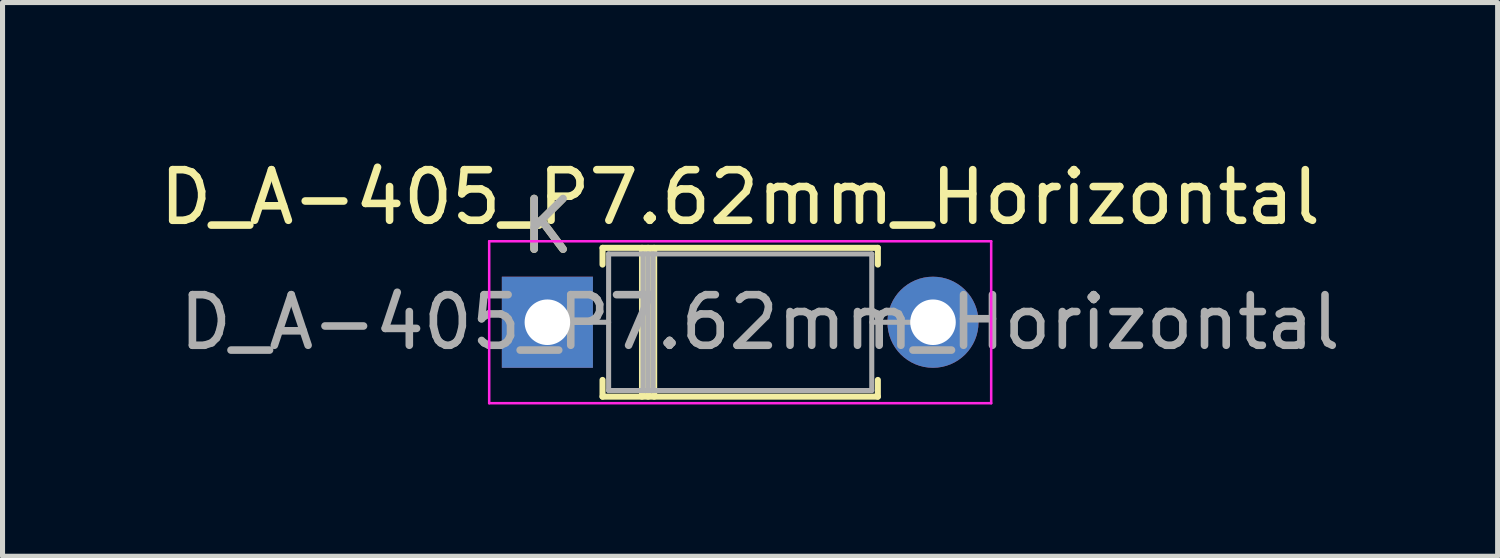
<source format=kicad_pcb>
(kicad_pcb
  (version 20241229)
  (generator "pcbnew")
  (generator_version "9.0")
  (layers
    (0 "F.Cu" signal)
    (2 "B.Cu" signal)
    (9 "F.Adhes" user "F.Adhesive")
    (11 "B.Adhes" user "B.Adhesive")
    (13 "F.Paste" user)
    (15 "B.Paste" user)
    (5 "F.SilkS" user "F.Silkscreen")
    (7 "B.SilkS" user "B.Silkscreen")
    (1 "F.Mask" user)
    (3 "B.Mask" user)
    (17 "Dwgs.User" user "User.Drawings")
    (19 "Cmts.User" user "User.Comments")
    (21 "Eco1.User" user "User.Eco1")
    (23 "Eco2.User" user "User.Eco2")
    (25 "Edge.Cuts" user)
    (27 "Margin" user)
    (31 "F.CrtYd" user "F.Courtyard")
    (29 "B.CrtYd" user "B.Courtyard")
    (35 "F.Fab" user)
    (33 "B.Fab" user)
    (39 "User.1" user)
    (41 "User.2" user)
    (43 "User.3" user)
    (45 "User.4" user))
  (footprint "D_A-405_P7.62mm_Horizontal"
    (layer "F.Cu")
    (at 7.767 3.318)
    (property "Reference" "D_A-405_P7.62mm_Horizontal" (at 3.81 -2.47 180) (layer "F.SilkS") (effects (font (size 1 1) (thickness 0.15))))
    (attr through_hole)
    (fp_line (start 1.09 -1.47) (end 6.53 -1.47) (stroke (width 0.12) (type solid)) (layer "F.SilkS"))
    (fp_line (start 1.09 -1.14) (end 1.09 -1.47) (stroke (width 0.12) (type solid)) (layer "F.SilkS"))
    (fp_line (start 1.09 1.14) (end 1.09 1.47) (stroke (width 0.12) (type solid)) (layer "F.SilkS"))
    (fp_line (start 1.09 1.47) (end 6.53 1.47) (stroke (width 0.12) (type solid)) (layer "F.SilkS"))
    (fp_line (start 1.87 -1.47) (end 1.87 1.47) (stroke (width 0.12) (type solid)) (layer "F.SilkS"))
    (fp_line (start 1.99 -1.47) (end 1.99 1.47) (stroke (width 0.12) (type solid)) (layer "F.SilkS"))
    (fp_line (start 2.11 -1.47) (end 2.11 1.47) (stroke (width 0.12) (type solid)) (layer "F.SilkS"))
    (fp_line (start 6.53 -1.47) (end 6.53 -1.14) (stroke (width 0.12) (type solid)) (layer "F.SilkS"))
    (fp_line (start 6.53 1.47) (end 6.53 1.14) (stroke (width 0.12) (type solid)) (layer "F.SilkS"))
    (fp_line (start -1.15 -1.6) (end -1.15 1.6) (stroke (width 0.05) (type solid)) (layer "F.CrtYd"))
    (fp_line (start -1.15 1.6) (end 8.77 1.6) (stroke (width 0.05) (type solid)) (layer "F.CrtYd"))
    (fp_line (start 8.77 -1.6) (end -1.15 -1.6) (stroke (width 0.05) (type solid)) (layer "F.CrtYd"))
    (fp_line (start 8.77 1.6) (end 8.77 -1.6) (stroke (width 0.05) (type solid)) (layer "F.CrtYd"))
    (fp_line (start 0 0) (end 1.21 0) (stroke (width 0.1) (type solid)) (layer "F.Fab"))
    (fp_line (start 1.21 -1.35) (end 1.21 1.35) (stroke (width 0.1) (type solid)) (layer "F.Fab"))
    (fp_line (start 1.21 1.35) (end 6.41 1.35) (stroke (width 0.1) (type solid)) (layer "F.Fab"))
    (fp_line (start 1.89 -1.35) (end 1.89 1.35) (stroke (width 0.1) (type solid)) (layer "F.Fab"))
    (fp_line (start 1.99 -1.35) (end 1.99 1.35) (stroke (width 0.1) (type solid)) (layer "F.Fab"))
    (fp_line (start 2.09 -1.35) (end 2.09 1.35) (stroke (width 0.1) (type solid)) (layer "F.Fab"))
    (fp_line (start 6.41 -1.35) (end 1.21 -1.35) (stroke (width 0.1) (type solid)) (layer "F.Fab"))
    (fp_line (start 6.41 1.35) (end 6.41 -1.35) (stroke (width 0.1) (type solid)) (layer "F.Fab"))
    (fp_line (start 7.62 0) (end 6.41 0) (stroke (width 0.1) (type solid)) (layer "F.Fab"))
    (fp_text user "K" (at 0 -1.9 180) (layer "F.SilkS") (effects (font (size 1 1) (thickness 0.15))))
    (fp_text user "${REFERENCE}" (at 4.2 0 180) (layer "F.Fab") (effects (font (size 1 1) (thickness 0.15))))
    (fp_text user "K" (at 0 -1.9 180) (layer "F.Fab") (effects (font (size 1 1) (thickness 0.15))))
    (pad "1" thru_hole rect (at 0 0) (size 1.8 1.8) (drill 0.9) (layers "*.Cu" "*.Mask"))
    (pad "2" thru_hole oval (at 7.62 0) (size 1.8 1.8) (drill 0.9) (layers "*.Cu" "*.Mask")))
  (gr_rect
    (start -3 -3)
    (end 26.545 7.943)
    (stroke (width 0.1) (type default))
    (fill no)
    (layer "Edge.Cuts")))
</source>
